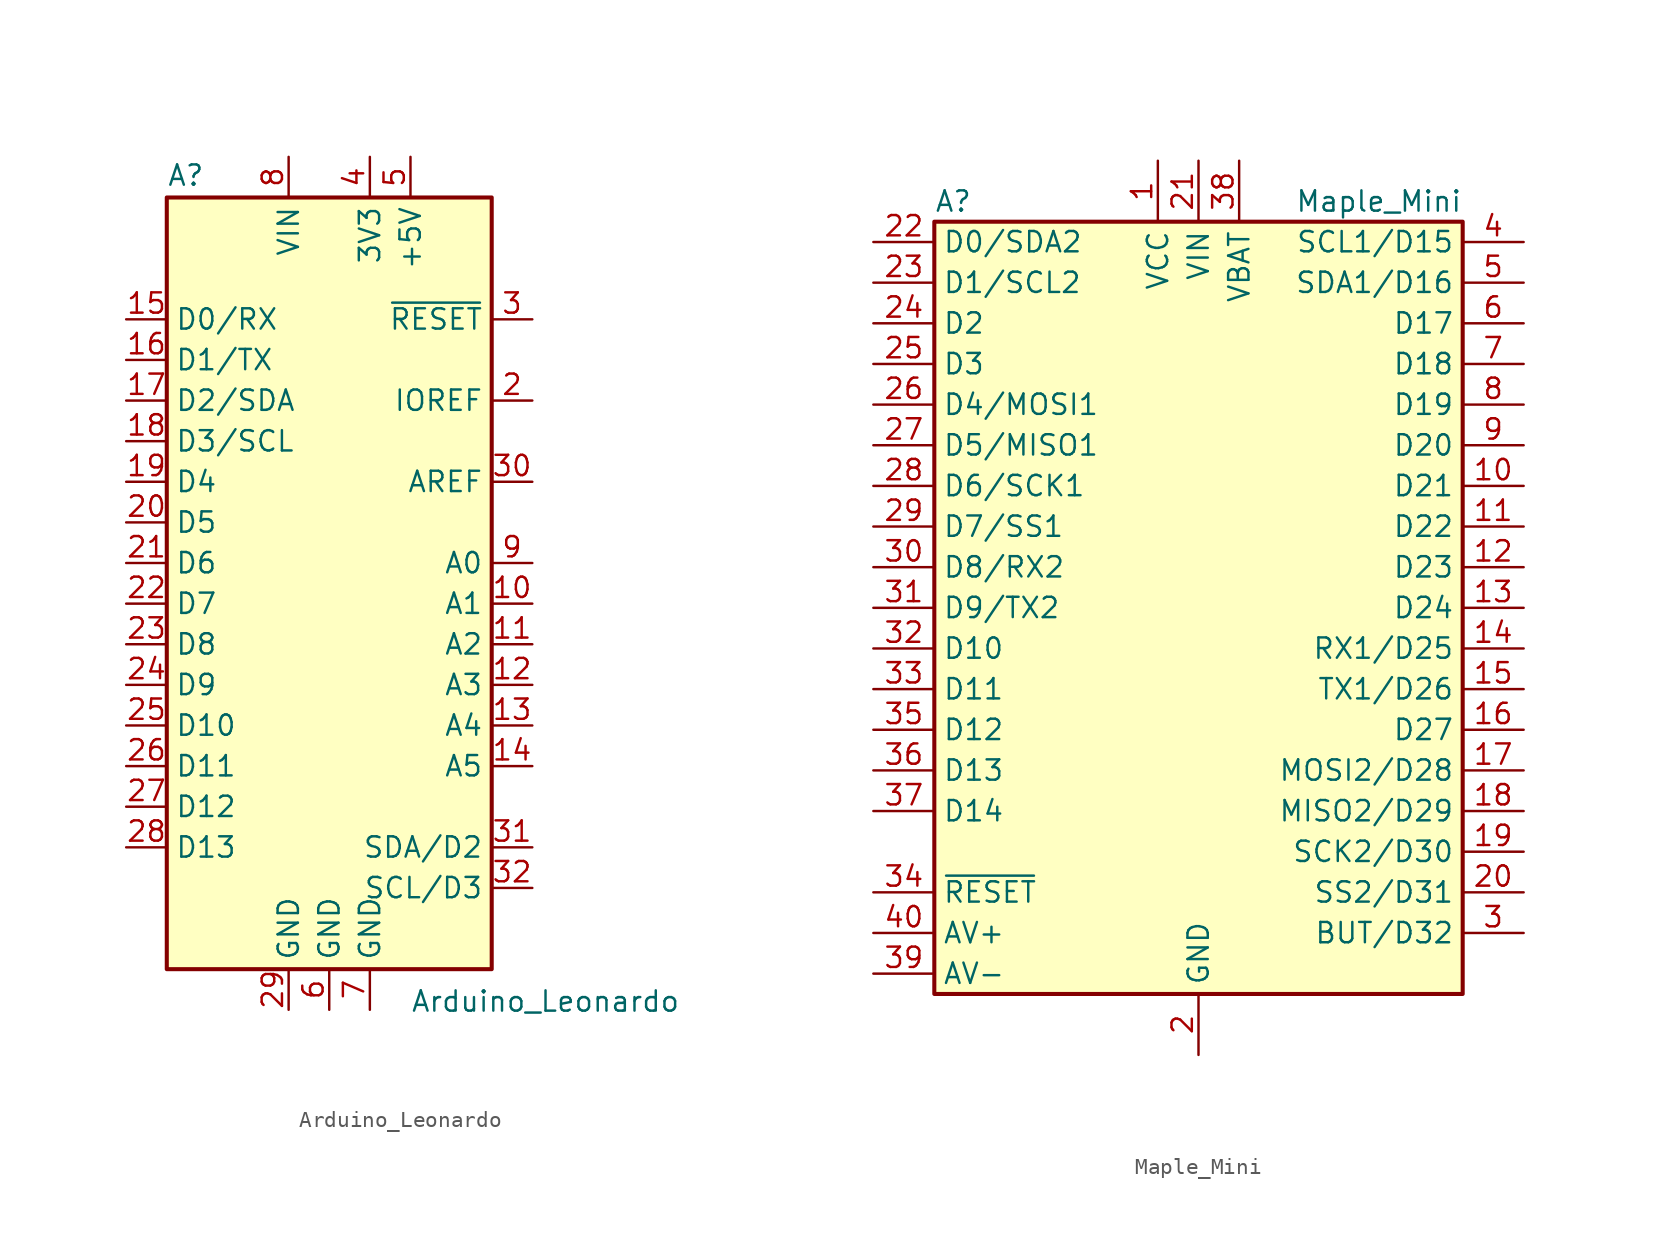
<source format=kicad_sym>
(kicad_symbol_lib
  (version 20220914)
  (generator kicad_symbol_editor)
  (symbol "Arduino_Leonardo"
    (property "Reference" "A"
      (at -10.16 23.495 0)
      (effects (font (size 1.27 1.27)) (justify left bottom)))
    (property "Value" "Arduino_Leonardo"
      (at 5.08 -26.67 0)
      (effects (font (size 1.27 1.27)) (justify left top)))
    (symbol "Arduino_Leonardo_0_1"
      (rectangle (start -10.16 22.86) (end 10.16 -25.4) (stroke (width 0.254) (type default)) (fill (type background))))
    (symbol "Arduino_Leonardo_1_1"
      (pin no_connect line (at -10.16 -20.32 0) (length 2.54) hide (name "NC" (effects (font (size 1.27 1.27)))) (number "1" (effects (font (size 1.27 1.27)))))
      (pin bidirectional line (at 12.7 -2.54 180) (length 2.54) (name "A1" (effects (font (size 1.27 1.27)))) (number "10" (effects (font (size 1.27 1.27)))))
      (pin bidirectional line (at 12.7 -5.08 180) (length 2.54) (name "A2" (effects (font (size 1.27 1.27)))) (number "11" (effects (font (size 1.27 1.27)))))
      (pin bidirectional line (at 12.7 -7.62 180) (length 2.54) (name "A3" (effects (font (size 1.27 1.27)))) (number "12" (effects (font (size 1.27 1.27)))))
      (pin bidirectional line (at 12.7 -10.16 180) (length 2.54) (name "A4" (effects (font (size 1.27 1.27)))) (number "13" (effects (font (size 1.27 1.27)))))
      (pin bidirectional line (at 12.7 -12.7 180) (length 2.54) (name "A5" (effects (font (size 1.27 1.27)))) (number "14" (effects (font (size 1.27 1.27)))))
      (pin bidirectional line (at -12.7 15.24 0) (length 2.54) (name "D0/RX" (effects (font (size 1.27 1.27)))) (number "15" (effects (font (size 1.27 1.27)))))
      (pin bidirectional line (at -12.7 12.7 0) (length 2.54) (name "D1/TX" (effects (font (size 1.27 1.27)))) (number "16" (effects (font (size 1.27 1.27)))))
      (pin bidirectional line (at -12.7 10.16 0) (length 2.54) (name "D2/SDA" (effects (font (size 1.27 1.27)))) (number "17" (effects (font (size 1.27 1.27)))))
      (pin bidirectional line (at -12.7 7.62 0) (length 2.54) (name "D3/SCL" (effects (font (size 1.27 1.27)))) (number "18" (effects (font (size 1.27 1.27)))))
      (pin bidirectional line (at -12.7 5.08 0) (length 2.54) (name "D4" (effects (font (size 1.27 1.27)))) (number "19" (effects (font (size 1.27 1.27)))))
      (pin output line (at 12.7 10.16 180) (length 2.54) (name "IOREF" (effects (font (size 1.27 1.27)))) (number "2" (effects (font (size 1.27 1.27)))))
      (pin bidirectional line (at -12.7 2.54 0) (length 2.54) (name "D5" (effects (font (size 1.27 1.27)))) (number "20" (effects (font (size 1.27 1.27)))))
      (pin bidirectional line (at -12.7 0 0) (length 2.54) (name "D6" (effects (font (size 1.27 1.27)))) (number "21" (effects (font (size 1.27 1.27)))))
      (pin bidirectional line (at -12.7 -2.54 0) (length 2.54) (name "D7" (effects (font (size 1.27 1.27)))) (number "22" (effects (font (size 1.27 1.27)))))
      (pin bidirectional line (at -12.7 -5.08 0) (length 2.54) (name "D8" (effects (font (size 1.27 1.27)))) (number "23" (effects (font (size 1.27 1.27)))))
      (pin bidirectional line (at -12.7 -7.62 0) (length 2.54) (name "D9" (effects (font (size 1.27 1.27)))) (number "24" (effects (font (size 1.27 1.27)))))
      (pin bidirectional line (at -12.7 -10.16 0) (length 2.54) (name "D10" (effects (font (size 1.27 1.27)))) (number "25" (effects (font (size 1.27 1.27)))))
      (pin bidirectional line (at -12.7 -12.7 0) (length 2.54) (name "D11" (effects (font (size 1.27 1.27)))) (number "26" (effects (font (size 1.27 1.27)))))
      (pin bidirectional line (at -12.7 -15.24 0) (length 2.54) (name "D12" (effects (font (size 1.27 1.27)))) (number "27" (effects (font (size 1.27 1.27)))))
      (pin bidirectional line (at -12.7 -17.78 0) (length 2.54) (name "D13" (effects (font (size 1.27 1.27)))) (number "28" (effects (font (size 1.27 1.27)))))
      (pin power_in line (at -2.54 -27.94 90) (length 2.54) (name "GND" (effects (font (size 1.27 1.27)))) (number "29" (effects (font (size 1.27 1.27)))))
      (pin input line (at 12.7 15.24 180) (length 2.54) (name "~{RESET}" (effects (font (size 1.27 1.27)))) (number "3" (effects (font (size 1.27 1.27)))))
      (pin input line (at 12.7 5.08 180) (length 2.54) (name "AREF" (effects (font (size 1.27 1.27)))) (number "30" (effects (font (size 1.27 1.27)))))
      (pin bidirectional line (at 12.7 -17.78 180) (length 2.54) (name "SDA/D2" (effects (font (size 1.27 1.27)))) (number "31" (effects (font (size 1.27 1.27)))))
      (pin bidirectional line (at 12.7 -20.32 180) (length 2.54) (name "SCL/D3" (effects (font (size 1.27 1.27)))) (number "32" (effects (font (size 1.27 1.27)))))
      (pin power_out line (at 2.54 25.4 270) (length 2.54) (name "3V3" (effects (font (size 1.27 1.27)))) (number "4" (effects (font (size 1.27 1.27)))))
      (pin power_out line (at 5.08 25.4 270) (length 2.54) (name "+5V" (effects (font (size 1.27 1.27)))) (number "5" (effects (font (size 1.27 1.27)))))
      (pin power_in line (at 0 -27.94 90) (length 2.54) (name "GND" (effects (font (size 1.27 1.27)))) (number "6" (effects (font (size 1.27 1.27)))))
      (pin power_in line (at 2.54 -27.94 90) (length 2.54) (name "GND" (effects (font (size 1.27 1.27)))) (number "7" (effects (font (size 1.27 1.27)))))
      (pin power_in line (at -2.54 25.4 270) (length 2.54) (name "VIN" (effects (font (size 1.27 1.27)))) (number "8" (effects (font (size 1.27 1.27)))))
      (pin bidirectional line (at 12.7 0 180) (length 2.54) (name "A0" (effects (font (size 1.27 1.27)))) (number "9" (effects (font (size 1.27 1.27)))))))
  (symbol "Maple_Mini"
    (property "Reference" "A"
      (at -16.51 25.4 0)
      (effects (font (size 1.27 1.27)) (justify left)))
    (property "Value" "Maple_Mini"
      (at 16.51 25.4 0)
      (effects (font (size 1.27 1.27)) (justify right)))
    (symbol "Maple_Mini_0_1"
      (rectangle (start -16.51 24.13) (end 16.51 -24.13) (stroke (width 0.254) (type default)) (fill (type background))))
    (symbol "Maple_Mini_1_1"
      (pin power_in line (at -2.54 27.94 270) (length 3.81) (name "VCC" (effects (font (size 1.27 1.27)))) (number "1" (effects (font (size 1.27 1.27)))))
      (pin bidirectional line (at 20.32 7.62 180) (length 3.81) (name "D21" (effects (font (size 1.27 1.27)))) (number "10" (effects (font (size 1.27 1.27)))))
      (pin bidirectional line (at 20.32 5.08 180) (length 3.81) (name "D22" (effects (font (size 1.27 1.27)))) (number "11" (effects (font (size 1.27 1.27)))))
      (pin bidirectional line (at 20.32 2.54 180) (length 3.81) (name "D23" (effects (font (size 1.27 1.27)))) (number "12" (effects (font (size 1.27 1.27)))))
      (pin bidirectional line (at 20.32 0 180) (length 3.81) (name "D24" (effects (font (size 1.27 1.27)))) (number "13" (effects (font (size 1.27 1.27)))))
      (pin bidirectional line (at 20.32 -2.54 180) (length 3.81) (name "RX1/D25" (effects (font (size 1.27 1.27)))) (number "14" (effects (font (size 1.27 1.27)))))
      (pin bidirectional line (at 20.32 -5.08 180) (length 3.81) (name "TX1/D26" (effects (font (size 1.27 1.27)))) (number "15" (effects (font (size 1.27 1.27)))))
      (pin bidirectional line (at 20.32 -7.62 180) (length 3.81) (name "D27" (effects (font (size 1.27 1.27)))) (number "16" (effects (font (size 1.27 1.27)))))
      (pin bidirectional line (at 20.32 -10.16 180) (length 3.81) (name "MOSI2/D28" (effects (font (size 1.27 1.27)))) (number "17" (effects (font (size 1.27 1.27)))))
      (pin bidirectional line (at 20.32 -12.7 180) (length 3.81) (name "MISO2/D29" (effects (font (size 1.27 1.27)))) (number "18" (effects (font (size 1.27 1.27)))))
      (pin bidirectional line (at 20.32 -15.24 180) (length 3.81) (name "SCK2/D30" (effects (font (size 1.27 1.27)))) (number "19" (effects (font (size 1.27 1.27)))))
      (pin power_in line (at 0 -27.94 90) (length 3.81) (name "GND" (effects (font (size 1.27 1.27)))) (number "2" (effects (font (size 1.27 1.27)))))
      (pin bidirectional line (at 20.32 -17.78 180) (length 3.81) (name "SS2/D31" (effects (font (size 1.27 1.27)))) (number "20" (effects (font (size 1.27 1.27)))))
      (pin power_in line (at 0 27.94 270) (length 3.81) (name "VIN" (effects (font (size 1.27 1.27)))) (number "21" (effects (font (size 1.27 1.27)))))
      (pin bidirectional line (at -20.32 22.86 0) (length 3.81) (name "D0/SDA2" (effects (font (size 1.27 1.27)))) (number "22" (effects (font (size 1.27 1.27)))))
      (pin bidirectional line (at -20.32 20.32 0) (length 3.81) (name "D1/SCL2" (effects (font (size 1.27 1.27)))) (number "23" (effects (font (size 1.27 1.27)))))
      (pin bidirectional line (at -20.32 17.78 0) (length 3.81) (name "D2" (effects (font (size 1.27 1.27)))) (number "24" (effects (font (size 1.27 1.27)))))
      (pin bidirectional line (at -20.32 15.24 0) (length 3.81) (name "D3" (effects (font (size 1.27 1.27)))) (number "25" (effects (font (size 1.27 1.27)))))
      (pin bidirectional line (at -20.32 12.7 0) (length 3.81) (name "D4/MOSI1" (effects (font (size 1.27 1.27)))) (number "26" (effects (font (size 1.27 1.27)))))
      (pin bidirectional line (at -20.32 10.16 0) (length 3.81) (name "D5/MISO1" (effects (font (size 1.27 1.27)))) (number "27" (effects (font (size 1.27 1.27)))))
      (pin bidirectional line (at -20.32 7.62 0) (length 3.81) (name "D6/SCK1" (effects (font (size 1.27 1.27)))) (number "28" (effects (font (size 1.27 1.27)))))
      (pin bidirectional line (at -20.32 5.08 0) (length 3.81) (name "D7/SS1" (effects (font (size 1.27 1.27)))) (number "29" (effects (font (size 1.27 1.27)))))
      (pin bidirectional line (at 20.32 -20.32 180) (length 3.81) (name "BUT/D32" (effects (font (size 1.27 1.27)))) (number "3" (effects (font (size 1.27 1.27)))))
      (pin bidirectional line (at -20.32 2.54 0) (length 3.81) (name "D8/RX2" (effects (font (size 1.27 1.27)))) (number "30" (effects (font (size 1.27 1.27)))))
      (pin bidirectional line (at -20.32 0 0) (length 3.81) (name "D9/TX2" (effects (font (size 1.27 1.27)))) (number "31" (effects (font (size 1.27 1.27)))))
      (pin bidirectional line (at -20.32 -2.54 0) (length 3.81) (name "D10" (effects (font (size 1.27 1.27)))) (number "32" (effects (font (size 1.27 1.27)))))
      (pin bidirectional line (at -20.32 -5.08 0) (length 3.81) (name "D11" (effects (font (size 1.27 1.27)))) (number "33" (effects (font (size 1.27 1.27)))))
      (pin input line (at -20.32 -17.78 0) (length 3.81) (name "~{RESET}" (effects (font (size 1.27 1.27)))) (number "34" (effects (font (size 1.27 1.27)))))
      (pin bidirectional line (at -20.32 -7.62 0) (length 3.81) (name "D12" (effects (font (size 1.27 1.27)))) (number "35" (effects (font (size 1.27 1.27)))))
      (pin bidirectional line (at -20.32 -10.16 0) (length 3.81) (name "D13" (effects (font (size 1.27 1.27)))) (number "36" (effects (font (size 1.27 1.27)))))
      (pin bidirectional line (at -20.32 -12.7 0) (length 3.81) (name "D14" (effects (font (size 1.27 1.27)))) (number "37" (effects (font (size 1.27 1.27)))))
      (pin power_in line (at 2.54 27.94 270) (length 3.81) (name "VBAT" (effects (font (size 1.27 1.27)))) (number "38" (effects (font (size 1.27 1.27)))))
      (pin output line (at -20.32 -22.86 0) (length 3.81) (name "AV-" (effects (font (size 1.27 1.27)))) (number "39" (effects (font (size 1.27 1.27)))))
      (pin bidirectional line (at 20.32 22.86 180) (length 3.81) (name "SCL1/D15" (effects (font (size 1.27 1.27)))) (number "4" (effects (font (size 1.27 1.27)))))
      (pin output line (at -20.32 -20.32 0) (length 3.81) (name "AV+" (effects (font (size 1.27 1.27)))) (number "40" (effects (font (size 1.27 1.27)))))
      (pin bidirectional line (at 20.32 20.32 180) (length 3.81) (name "SDA1/D16" (effects (font (size 1.27 1.27)))) (number "5" (effects (font (size 1.27 1.27)))))
      (pin bidirectional line (at 20.32 17.78 180) (length 3.81) (name "D17" (effects (font (size 1.27 1.27)))) (number "6" (effects (font (size 1.27 1.27)))))
      (pin bidirectional line (at 20.32 15.24 180) (length 3.81) (name "D18" (effects (font (size 1.27 1.27)))) (number "7" (effects (font (size 1.27 1.27)))))
      (pin bidirectional line (at 20.32 12.7 180) (length 3.81) (name "D19" (effects (font (size 1.27 1.27)))) (number "8" (effects (font (size 1.27 1.27)))))
      (pin bidirectional line (at 20.32 10.16 180) (length 3.81) (name "D20" (effects (font (size 1.27 1.27)))) (number "9" (effects (font (size 1.27 1.27))))))))
</source>
